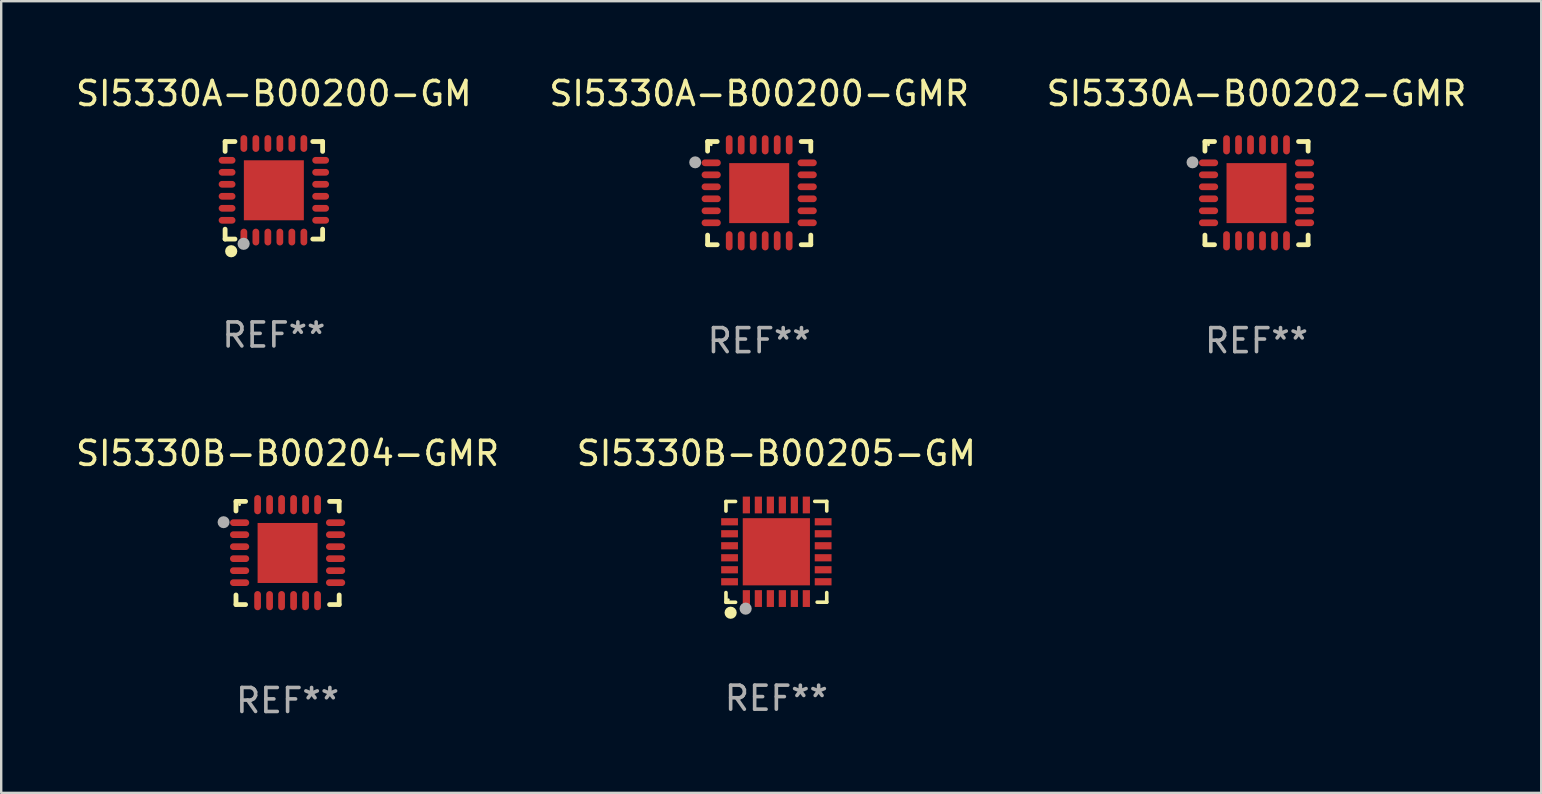
<source format=kicad_pcb>
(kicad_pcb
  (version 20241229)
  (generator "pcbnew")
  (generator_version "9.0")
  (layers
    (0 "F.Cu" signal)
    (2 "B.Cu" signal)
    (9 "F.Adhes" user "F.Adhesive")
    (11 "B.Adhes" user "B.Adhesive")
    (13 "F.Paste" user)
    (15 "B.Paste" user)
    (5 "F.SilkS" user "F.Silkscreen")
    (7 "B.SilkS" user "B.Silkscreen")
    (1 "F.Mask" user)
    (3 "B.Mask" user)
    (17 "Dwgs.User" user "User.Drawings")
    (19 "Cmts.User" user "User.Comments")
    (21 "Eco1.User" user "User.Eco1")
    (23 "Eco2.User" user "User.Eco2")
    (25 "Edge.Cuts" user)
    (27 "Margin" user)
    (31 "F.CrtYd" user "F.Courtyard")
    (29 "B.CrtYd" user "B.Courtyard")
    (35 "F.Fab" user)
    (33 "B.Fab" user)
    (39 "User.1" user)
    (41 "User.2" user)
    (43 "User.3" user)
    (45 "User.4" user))
  (footprint "SI5330B-B00204-GMR"
    (layer "F.Cu")
    (at 8.935 19.995)
    (property "Reference" "SI5330B-B00204-GMR" (at 0 -4.15 0) (layer "F.SilkS") (effects (font (size 1 1) (thickness 0.15))))
    (attr through_hole)
    (fp_line (start -2.15 -2.15) (end -1.75 -2.15) (stroke (width 0.2) (type solid)) (layer "F.SilkS"))
    (fp_line (start -2.15 -1.75) (end -2.15 -2.15) (stroke (width 0.2) (type solid)) (layer "F.SilkS"))
    (fp_line (start -2.15 2.15) (end -2.15 1.75) (stroke (width 0.2) (type solid)) (layer "F.SilkS"))
    (fp_line (start -1.75 2.15) (end -2.15 2.15) (stroke (width 0.2) (type solid)) (layer "F.SilkS"))
    (fp_line (start 1.75 -2.15) (end 2.15 -2.15) (stroke (width 0.2) (type solid)) (layer "F.SilkS"))
    (fp_line (start 1.75 2.15) (end 2.15 2.15) (stroke (width 0.2) (type solid)) (layer "F.SilkS"))
    (fp_line (start 2.15 -2.15) (end 2.15 -1.75) (stroke (width 0.2) (type solid)) (layer "F.SilkS"))
    (fp_line (start 2.15 2.15) (end 2.15 1.75) (stroke (width 0.2) (type solid)) (layer "F.SilkS"))
    (fp_circle (center -2 -2.013) (end -1.97 -2.013) (stroke (width 0.06) (type solid)) (fill no) (layer "F.SilkS"))
    (fp_circle (center -2.667 -1.283) (end -2.542 -1.283) (stroke (width 0.25) (type solid)) (fill no) (layer "F.Fab"))
    (fp_text user "REF**" (at 0 6.15 0) (layer "F.Fab") (effects (font (size 1 1) (thickness 0.15))))
    (pad "1" smd oval (at -2 -1.263) (size 0.8 0.28) (layers "F.Cu" "F.Mask" "F.Paste"))
    (pad "2" smd oval (at -2 -0.763) (size 0.8 0.28) (layers "F.Cu" "F.Mask" "F.Paste"))
    (pad "3" smd oval (at -2 -0.263) (size 0.8 0.28) (layers "F.Cu" "F.Mask" "F.Paste"))
    (pad "4" smd oval (at -2 0.237) (size 0.8 0.28) (layers "F.Cu" "F.Mask" "F.Paste"))
    (pad "5" smd oval (at -2 0.737) (size 0.8 0.28) (layers "F.Cu" "F.Mask" "F.Paste"))
    (pad "6" smd oval (at -2 1.237) (size 0.8 0.28) (layers "F.Cu" "F.Mask" "F.Paste"))
    (pad "7" smd oval (at -1.25 1.987) (size 0.28 0.8) (layers "F.Cu" "F.Mask" "F.Paste"))
    (pad "8" smd oval (at -0.75 1.987) (size 0.28 0.8) (layers "F.Cu" "F.Mask" "F.Paste"))
    (pad "9" smd oval (at -0.25 1.987) (size 0.28 0.8) (layers "F.Cu" "F.Mask" "F.Paste"))
    (pad "10" smd oval (at 0.25 1.987) (size 0.28 0.8) (layers "F.Cu" "F.Mask" "F.Paste"))
    (pad "11" smd oval (at 0.75 1.987) (size 0.28 0.8) (layers "F.Cu" "F.Mask" "F.Paste"))
    (pad "12" smd oval (at 1.25 1.987) (size 0.28 0.8) (layers "F.Cu" "F.Mask" "F.Paste"))
    (pad "13" smd oval (at 2 1.237) (size 0.8 0.28) (layers "F.Cu" "F.Mask" "F.Paste"))
    (pad "14" smd oval (at 2 0.737) (size 0.8 0.28) (layers "F.Cu" "F.Mask" "F.Paste"))
    (pad "15" smd oval (at 2 0.237) (size 0.8 0.28) (layers "F.Cu" "F.Mask" "F.Paste"))
    (pad "16" smd oval (at 2 -0.263) (size 0.8 0.28) (layers "F.Cu" "F.Mask" "F.Paste"))
    (pad "17" smd oval (at 2 -0.763) (size 0.8 0.28) (layers "F.Cu" "F.Mask" "F.Paste"))
    (pad "18" smd oval (at 2 -1.263) (size 0.8 0.28) (layers "F.Cu" "F.Mask" "F.Paste"))
    (pad "19" smd oval (at 1.25 -2.013) (size 0.28 0.8) (layers "F.Cu" "F.Mask" "F.Paste"))
    (pad "20" smd oval (at 0.75 -2.013) (size 0.28 0.8) (layers "F.Cu" "F.Mask" "F.Paste"))
    (pad "21" smd oval (at 0.25 -2.013) (size 0.28 0.8) (layers "F.Cu" "F.Mask" "F.Paste"))
    (pad "22" smd oval (at -0.25 -2.013) (size 0.28 0.8) (layers "F.Cu" "F.Mask" "F.Paste"))
    (pad "23" smd oval (at -0.75 -2.013) (size 0.28 0.8) (layers "F.Cu" "F.Mask" "F.Paste"))
    (pad "24" smd oval (at -1.25 -2.013) (size 0.28 0.8) (layers "F.Cu" "F.Mask" "F.Paste"))
    (pad "25" smd rect (at -0.000127 -0.00014) (size 2.5 2.5) (layers "F.Cu" "F.Mask" "F.Paste")))
  (footprint "SI5330A-B00202-GMR"
    (layer "F.Cu")
    (at 49.315 4.998)
    (property "Reference" "SI5330A-B00202-GMR" (at 0 -4.15 0) (layer "F.SilkS") (effects (font (size 1 1) (thickness 0.15))))
    (attr through_hole)
    (fp_line (start -2.15 -2.15) (end -1.75 -2.15) (stroke (width 0.2) (type solid)) (layer "F.SilkS"))
    (fp_line (start -2.15 -1.75) (end -2.15 -2.15) (stroke (width 0.2) (type solid)) (layer "F.SilkS"))
    (fp_line (start -2.15 2.15) (end -2.15 1.75) (stroke (width 0.2) (type solid)) (layer "F.SilkS"))
    (fp_line (start -1.75 2.15) (end -2.15 2.15) (stroke (width 0.2) (type solid)) (layer "F.SilkS"))
    (fp_line (start 1.75 -2.15) (end 2.15 -2.15) (stroke (width 0.2) (type solid)) (layer "F.SilkS"))
    (fp_line (start 1.75 2.15) (end 2.15 2.15) (stroke (width 0.2) (type solid)) (layer "F.SilkS"))
    (fp_line (start 2.15 -2.15) (end 2.15 -1.75) (stroke (width 0.2) (type solid)) (layer "F.SilkS"))
    (fp_line (start 2.15 2.15) (end 2.15 1.75) (stroke (width 0.2) (type solid)) (layer "F.SilkS"))
    (fp_circle (center -2 -2.013) (end -1.97 -2.013) (stroke (width 0.06) (type solid)) (fill no) (layer "F.SilkS"))
    (fp_circle (center -2.667 -1.283) (end -2.542 -1.283) (stroke (width 0.25) (type solid)) (fill no) (layer "F.Fab"))
    (fp_text user "REF**" (at 0 6.15 0) (layer "F.Fab") (effects (font (size 1 1) (thickness 0.15))))
    (pad "1" smd oval (at -2 -1.263) (size 0.8 0.28) (layers "F.Cu" "F.Mask" "F.Paste"))
    (pad "2" smd oval (at -2 -0.763) (size 0.8 0.28) (layers "F.Cu" "F.Mask" "F.Paste"))
    (pad "3" smd oval (at -2 -0.263) (size 0.8 0.28) (layers "F.Cu" "F.Mask" "F.Paste"))
    (pad "4" smd oval (at -2 0.237) (size 0.8 0.28) (layers "F.Cu" "F.Mask" "F.Paste"))
    (pad "5" smd oval (at -2 0.737) (size 0.8 0.28) (layers "F.Cu" "F.Mask" "F.Paste"))
    (pad "6" smd oval (at -2 1.237) (size 0.8 0.28) (layers "F.Cu" "F.Mask" "F.Paste"))
    (pad "7" smd oval (at -1.25 1.987) (size 0.28 0.8) (layers "F.Cu" "F.Mask" "F.Paste"))
    (pad "8" smd oval (at -0.75 1.987) (size 0.28 0.8) (layers "F.Cu" "F.Mask" "F.Paste"))
    (pad "9" smd oval (at -0.25 1.987) (size 0.28 0.8) (layers "F.Cu" "F.Mask" "F.Paste"))
    (pad "10" smd oval (at 0.25 1.987) (size 0.28 0.8) (layers "F.Cu" "F.Mask" "F.Paste"))
    (pad "11" smd oval (at 0.75 1.987) (size 0.28 0.8) (layers "F.Cu" "F.Mask" "F.Paste"))
    (pad "12" smd oval (at 1.25 1.987) (size 0.28 0.8) (layers "F.Cu" "F.Mask" "F.Paste"))
    (pad "13" smd oval (at 2 1.237) (size 0.8 0.28) (layers "F.Cu" "F.Mask" "F.Paste"))
    (pad "14" smd oval (at 2 0.737) (size 0.8 0.28) (layers "F.Cu" "F.Mask" "F.Paste"))
    (pad "15" smd oval (at 2 0.237) (size 0.8 0.28) (layers "F.Cu" "F.Mask" "F.Paste"))
    (pad "16" smd oval (at 2 -0.263) (size 0.8 0.28) (layers "F.Cu" "F.Mask" "F.Paste"))
    (pad "17" smd oval (at 2 -0.763) (size 0.8 0.28) (layers "F.Cu" "F.Mask" "F.Paste"))
    (pad "18" smd oval (at 2 -1.263) (size 0.8 0.28) (layers "F.Cu" "F.Mask" "F.Paste"))
    (pad "19" smd oval (at 1.25 -2.013) (size 0.28 0.8) (layers "F.Cu" "F.Mask" "F.Paste"))
    (pad "20" smd oval (at 0.75 -2.013) (size 0.28 0.8) (layers "F.Cu" "F.Mask" "F.Paste"))
    (pad "21" smd oval (at 0.25 -2.013) (size 0.28 0.8) (layers "F.Cu" "F.Mask" "F.Paste"))
    (pad "22" smd oval (at -0.25 -2.013) (size 0.28 0.8) (layers "F.Cu" "F.Mask" "F.Paste"))
    (pad "23" smd oval (at -0.75 -2.013) (size 0.28 0.8) (layers "F.Cu" "F.Mask" "F.Paste"))
    (pad "24" smd oval (at -1.25 -2.013) (size 0.28 0.8) (layers "F.Cu" "F.Mask" "F.Paste"))
    (pad "25" smd rect (at -0.000127 -0.00014) (size 2.5 2.5) (layers "F.Cu" "F.Mask" "F.Paste")))
  (footprint "SI5330B-B00205-GM"
    (layer "F.Cu")
    (at 29.304 19.947)
    (property "Reference" "SI5330B-B00205-GM" (at 0 -4.102 0) (layer "F.SilkS") (effects (font (size 1 1) (thickness 0.15))))
    (attr through_hole)
    (fp_line (start -2.1 -2.098) (end -1.7 -2.098) (stroke (width 0.15) (type solid)) (layer "F.SilkS"))
    (fp_line (start -2.1 -1.698) (end -2.1 -2.098) (stroke (width 0.15) (type solid)) (layer "F.SilkS"))
    (fp_line (start -2.1 2.102) (end -2.1 1.698) (stroke (width 0.15) (type solid)) (layer "F.SilkS"))
    (fp_line (start -1.7 2.102) (end -2.1 2.102) (stroke (width 0.15) (type solid)) (layer "F.SilkS"))
    (fp_line (start 1.6 -2.102) (end 2.1 -2.102) (stroke (width 0.15) (type solid)) (layer "F.SilkS"))
    (fp_line (start 1.7 2.098) (end 2.1 2.098) (stroke (width 0.15) (type solid)) (layer "F.SilkS"))
    (fp_line (start 2.1 -2.102) (end 2.1 -1.702) (stroke (width 0.15) (type solid)) (layer "F.SilkS"))
    (fp_line (start 2.1 2.098) (end 2.1 1.698) (stroke (width 0.15) (type solid)) (layer "F.SilkS"))
    (fp_circle (center -2 1.998) (end -1.97 1.998) (stroke (width 0.06) (type solid)) (fill no) (layer "F.SilkS"))
    (fp_circle (center -1.905 2.538) (end -1.778 2.538) (stroke (width 0.254) (type solid)) (fill no) (layer "F.SilkS"))
    (fp_circle (center -1.28 2.368) (end -1.153 2.368) (stroke (width 0.254) (type solid)) (fill no) (layer "F.Fab"))
    (fp_text user "REF**" (at 0 6.102 0) (layer "F.Fab") (effects (font (size 1 1) (thickness 0.15))))
    (pad "1" smd rect (at -1.25 1.948 180) (size 0.3 0.7) (layers "F.Cu" "F.Mask" "F.Paste"))
    (pad "2" smd rect (at -0.75 1.948 180) (size 0.3 0.7) (layers "F.Cu" "F.Mask" "F.Paste"))
    (pad "3" smd rect (at -0.25 1.948 180) (size 0.3 0.7) (layers "F.Cu" "F.Mask" "F.Paste"))
    (pad "4" smd rect (at 0.25 1.948 180) (size 0.3 0.7) (layers "F.Cu" "F.Mask" "F.Paste"))
    (pad "5" smd rect (at 0.75 1.948 180) (size 0.3 0.7) (layers "F.Cu" "F.Mask" "F.Paste"))
    (pad "6" smd rect (at 1.25 1.948 180) (size 0.3 0.7) (layers "F.Cu" "F.Mask" "F.Paste"))
    (pad "7" smd rect (at 1.95 1.248 270) (size 0.3 0.7) (layers "F.Cu" "F.Mask" "F.Paste"))
    (pad "8" smd rect (at 1.95 0.748 270) (size 0.3 0.7) (layers "F.Cu" "F.Mask" "F.Paste"))
    (pad "9" smd rect (at 1.95 0.248 270) (size 0.3 0.7) (layers "F.Cu" "F.Mask" "F.Paste"))
    (pad "10" smd rect (at 1.95 -0.252 270) (size 0.3 0.7) (layers "F.Cu" "F.Mask" "F.Paste"))
    (pad "11" smd rect (at 1.95 -0.752 270) (size 0.3 0.7) (layers "F.Cu" "F.Mask" "F.Paste"))
    (pad "12" smd rect (at 1.95 -1.252 270) (size 0.3 0.7) (layers "F.Cu" "F.Mask" "F.Paste"))
    (pad "13" smd rect (at 1.25 -1.952) (size 0.3 0.7) (layers "F.Cu" "F.Mask" "F.Paste"))
    (pad "14" smd rect (at 0.75 -1.952) (size 0.3 0.7) (layers "F.Cu" "F.Mask" "F.Paste"))
    (pad "15" smd rect (at 0.25 -1.952) (size 0.3 0.7) (layers "F.Cu" "F.Mask" "F.Paste"))
    (pad "16" smd rect (at -0.25 -1.952) (size 0.3 0.7) (layers "F.Cu" "F.Mask" "F.Paste"))
    (pad "17" smd rect (at -0.75 -1.952) (size 0.3 0.7) (layers "F.Cu" "F.Mask" "F.Paste"))
    (pad "18" smd rect (at -1.25 -1.952) (size 0.3 0.7) (layers "F.Cu" "F.Mask" "F.Paste"))
    (pad "19" smd rect (at -1.95 -1.252 90) (size 0.3 0.7) (layers "F.Cu" "F.Mask" "F.Paste"))
    (pad "20" smd rect (at -1.95 -0.752 90) (size 0.3 0.7) (layers "F.Cu" "F.Mask" "F.Paste"))
    (pad "21" smd rect (at -1.95 -0.252 90) (size 0.3 0.7) (layers "F.Cu" "F.Mask" "F.Paste"))
    (pad "22" smd rect (at -1.95 0.248 90) (size 0.3 0.7) (layers "F.Cu" "F.Mask" "F.Paste"))
    (pad "23" smd rect (at -1.95 0.748 90) (size 0.3 0.7) (layers "F.Cu" "F.Mask" "F.Paste"))
    (pad "24" smd rect (at -1.95 1.248 90) (size 0.3 0.7) (layers "F.Cu" "F.Mask" "F.Paste"))
    (pad "25" smd rect (at 0.000038 -0.002) (size 2.8 2.8) (layers "F.Cu" "F.Mask" "F.Paste")))
  (footprint "SI5330A-B00200-GMR"
    (layer "F.Cu")
    (at 28.589 4.998)
    (property "Reference" "SI5330A-B00200-GMR" (at 0 -4.15 0) (layer "F.SilkS") (effects (font (size 1 1) (thickness 0.15))))
    (attr through_hole)
    (fp_line (start -2.15 -2.15) (end -1.75 -2.15) (stroke (width 0.2) (type solid)) (layer "F.SilkS"))
    (fp_line (start -2.15 -1.75) (end -2.15 -2.15) (stroke (width 0.2) (type solid)) (layer "F.SilkS"))
    (fp_line (start -2.15 2.15) (end -2.15 1.75) (stroke (width 0.2) (type solid)) (layer "F.SilkS"))
    (fp_line (start -1.75 2.15) (end -2.15 2.15) (stroke (width 0.2) (type solid)) (layer "F.SilkS"))
    (fp_line (start 1.75 -2.15) (end 2.15 -2.15) (stroke (width 0.2) (type solid)) (layer "F.SilkS"))
    (fp_line (start 1.75 2.15) (end 2.15 2.15) (stroke (width 0.2) (type solid)) (layer "F.SilkS"))
    (fp_line (start 2.15 -2.15) (end 2.15 -1.75) (stroke (width 0.2) (type solid)) (layer "F.SilkS"))
    (fp_line (start 2.15 2.15) (end 2.15 1.75) (stroke (width 0.2) (type solid)) (layer "F.SilkS"))
    (fp_circle (center -2 -2.013) (end -1.97 -2.013) (stroke (width 0.06) (type solid)) (fill no) (layer "F.SilkS"))
    (fp_circle (center -2.667 -1.283) (end -2.542 -1.283) (stroke (width 0.25) (type solid)) (fill no) (layer "F.Fab"))
    (fp_text user "REF**" (at 0 6.15 0) (layer "F.Fab") (effects (font (size 1 1) (thickness 0.15))))
    (pad "1" smd oval (at -2 -1.263) (size 0.8 0.28) (layers "F.Cu" "F.Mask" "F.Paste"))
    (pad "2" smd oval (at -2 -0.763) (size 0.8 0.28) (layers "F.Cu" "F.Mask" "F.Paste"))
    (pad "3" smd oval (at -2 -0.263) (size 0.8 0.28) (layers "F.Cu" "F.Mask" "F.Paste"))
    (pad "4" smd oval (at -2 0.237) (size 0.8 0.28) (layers "F.Cu" "F.Mask" "F.Paste"))
    (pad "5" smd oval (at -2 0.737) (size 0.8 0.28) (layers "F.Cu" "F.Mask" "F.Paste"))
    (pad "6" smd oval (at -2 1.237) (size 0.8 0.28) (layers "F.Cu" "F.Mask" "F.Paste"))
    (pad "7" smd oval (at -1.25 1.987) (size 0.28 0.8) (layers "F.Cu" "F.Mask" "F.Paste"))
    (pad "8" smd oval (at -0.75 1.987) (size 0.28 0.8) (layers "F.Cu" "F.Mask" "F.Paste"))
    (pad "9" smd oval (at -0.25 1.987) (size 0.28 0.8) (layers "F.Cu" "F.Mask" "F.Paste"))
    (pad "10" smd oval (at 0.25 1.987) (size 0.28 0.8) (layers "F.Cu" "F.Mask" "F.Paste"))
    (pad "11" smd oval (at 0.75 1.987) (size 0.28 0.8) (layers "F.Cu" "F.Mask" "F.Paste"))
    (pad "12" smd oval (at 1.25 1.987) (size 0.28 0.8) (layers "F.Cu" "F.Mask" "F.Paste"))
    (pad "13" smd oval (at 2 1.237) (size 0.8 0.28) (layers "F.Cu" "F.Mask" "F.Paste"))
    (pad "14" smd oval (at 2 0.737) (size 0.8 0.28) (layers "F.Cu" "F.Mask" "F.Paste"))
    (pad "15" smd oval (at 2 0.237) (size 0.8 0.28) (layers "F.Cu" "F.Mask" "F.Paste"))
    (pad "16" smd oval (at 2 -0.263) (size 0.8 0.28) (layers "F.Cu" "F.Mask" "F.Paste"))
    (pad "17" smd oval (at 2 -0.763) (size 0.8 0.28) (layers "F.Cu" "F.Mask" "F.Paste"))
    (pad "18" smd oval (at 2 -1.263) (size 0.8 0.28) (layers "F.Cu" "F.Mask" "F.Paste"))
    (pad "19" smd oval (at 1.25 -2.013) (size 0.28 0.8) (layers "F.Cu" "F.Mask" "F.Paste"))
    (pad "20" smd oval (at 0.75 -2.013) (size 0.28 0.8) (layers "F.Cu" "F.Mask" "F.Paste"))
    (pad "21" smd oval (at 0.25 -2.013) (size 0.28 0.8) (layers "F.Cu" "F.Mask" "F.Paste"))
    (pad "22" smd oval (at -0.25 -2.013) (size 0.28 0.8) (layers "F.Cu" "F.Mask" "F.Paste"))
    (pad "23" smd oval (at -0.75 -2.013) (size 0.28 0.8) (layers "F.Cu" "F.Mask" "F.Paste"))
    (pad "24" smd oval (at -1.25 -2.013) (size 0.28 0.8) (layers "F.Cu" "F.Mask" "F.Paste"))
    (pad "25" smd rect (at -0.000127 -0.00014) (size 2.5 2.5) (layers "F.Cu" "F.Mask" "F.Paste")))
  (footprint "SI5330A-B00200-GM"
    (layer "F.Cu")
    (at 8.363 4.88)
    (property "Reference" "SI5330A-B00200-GM" (at 0 -4.032 0) (layer "F.SilkS") (effects (font (size 1 1) (thickness 0.15))))
    (attr through_hole)
    (fp_line (start -2.032 -2.032) (end -1.621 -2.032) (stroke (width 0.2) (type solid)) (layer "F.SilkS"))
    (fp_line (start -2.032 -1.621) (end -2.032 -2.032) (stroke (width 0.2) (type solid)) (layer "F.SilkS"))
    (fp_line (start -2.032 2.032) (end -2.032 1.621) (stroke (width 0.2) (type solid)) (layer "F.SilkS"))
    (fp_line (start -1.621 2.032) (end -2.032 2.032) (stroke (width 0.2) (type solid)) (layer "F.SilkS"))
    (fp_line (start 1.621 -2.032) (end 2.032 -2.032) (stroke (width 0.2) (type solid)) (layer "F.SilkS"))
    (fp_line (start 2.032 -2.032) (end 2.032 -1.621) (stroke (width 0.2) (type solid)) (layer "F.SilkS"))
    (fp_line (start 2.032 1.621) (end 2.032 2.032) (stroke (width 0.2) (type solid)) (layer "F.SilkS"))
    (fp_line (start 2.032 2.032) (end 1.621 2.032) (stroke (width 0.2) (type solid)) (layer "F.SilkS"))
    (fp_circle (center -2 2) (end -1.97 2) (stroke (width 0.06) (type solid)) (fill no) (layer "F.SilkS"))
    (fp_circle (center -1.778 2.54) (end -1.651 2.54) (stroke (width 0.254) (type solid)) (fill no) (layer "F.SilkS"))
    (fp_circle (center -1.26 2.23) (end -1.133 2.23) (stroke (width 0.254) (type solid)) (fill no) (layer "F.Fab"))
    (fp_text user "REF**" (at 0 6.032 0) (layer "F.Fab") (effects (font (size 1 1) (thickness 0.15))))
    (pad "1" smd oval (at -1.25 1.95 180) (size 0.28 0.7) (layers "F.Cu" "F.Mask" "F.Paste"))
    (pad "2" smd oval (at -0.75 1.95 180) (size 0.28 0.7) (layers "F.Cu" "F.Mask" "F.Paste"))
    (pad "3" smd oval (at -0.25 1.95 180) (size 0.28 0.7) (layers "F.Cu" "F.Mask" "F.Paste"))
    (pad "4" smd oval (at 0.25 1.95 180) (size 0.28 0.7) (layers "F.Cu" "F.Mask" "F.Paste"))
    (pad "5" smd oval (at 0.75 1.95 180) (size 0.28 0.7) (layers "F.Cu" "F.Mask" "F.Paste"))
    (pad "6" smd oval (at 1.25 1.95 180) (size 0.28 0.7) (layers "F.Cu" "F.Mask" "F.Paste"))
    (pad "7" smd oval (at 1.95 1.25 270) (size 0.28 0.7) (layers "F.Cu" "F.Mask" "F.Paste"))
    (pad "8" smd oval (at 1.95 0.75 270) (size 0.28 0.7) (layers "F.Cu" "F.Mask" "F.Paste"))
    (pad "9" smd oval (at 1.95 0.25 270) (size 0.28 0.7) (layers "F.Cu" "F.Mask" "F.Paste"))
    (pad "10" smd oval (at 1.95 -0.25 270) (size 0.28 0.7) (layers "F.Cu" "F.Mask" "F.Paste"))
    (pad "11" smd oval (at 1.95 -0.75 270) (size 0.28 0.7) (layers "F.Cu" "F.Mask" "F.Paste"))
    (pad "12" smd oval (at 1.95 -1.25 270) (size 0.28 0.7) (layers "F.Cu" "F.Mask" "F.Paste"))
    (pad "13" smd oval (at 1.25 -1.95) (size 0.28 0.7) (layers "F.Cu" "F.Mask" "F.Paste"))
    (pad "14" smd oval (at 0.75 -1.95) (size 0.28 0.7) (layers "F.Cu" "F.Mask" "F.Paste"))
    (pad "15" smd oval (at 0.25 -1.95) (size 0.28 0.7) (layers "F.Cu" "F.Mask" "F.Paste"))
    (pad "16" smd oval (at -0.25 -1.95) (size 0.28 0.7) (layers "F.Cu" "F.Mask" "F.Paste"))
    (pad "17" smd oval (at -0.75 -1.95) (size 0.28 0.7) (layers "F.Cu" "F.Mask" "F.Paste"))
    (pad "18" smd oval (at -1.25 -1.95) (size 0.28 0.7) (layers "F.Cu" "F.Mask" "F.Paste"))
    (pad "19" smd oval (at -1.95 -1.25 90) (size 0.28 0.7) (layers "F.Cu" "F.Mask" "F.Paste"))
    (pad "20" smd oval (at -1.95 -0.75 90) (size 0.28 0.7) (layers "F.Cu" "F.Mask" "F.Paste"))
    (pad "21" smd oval (at -1.95 -0.25 90) (size 0.28 0.7) (layers "F.Cu" "F.Mask" "F.Paste"))
    (pad "22" smd oval (at -1.95 0.25 90) (size 0.28 0.7) (layers "F.Cu" "F.Mask" "F.Paste"))
    (pad "23" smd oval (at -1.95 0.75 90) (size 0.28 0.7) (layers "F.Cu" "F.Mask" "F.Paste"))
    (pad "24" smd oval (at -1.95 1.25 90) (size 0.28 0.7) (layers "F.Cu" "F.Mask" "F.Paste"))
    (pad "25" smd rect (at -0.000178 0.000025 90) (size 2.5 2.5) (layers "F.Cu" "F.Mask" "F.Paste")))
  (gr_rect
    (start -3 -3)
    (end 61.179 29.993)
    (stroke (width 0.1) (type default))
    (fill no)
    (layer "Edge.Cuts")))
</source>
